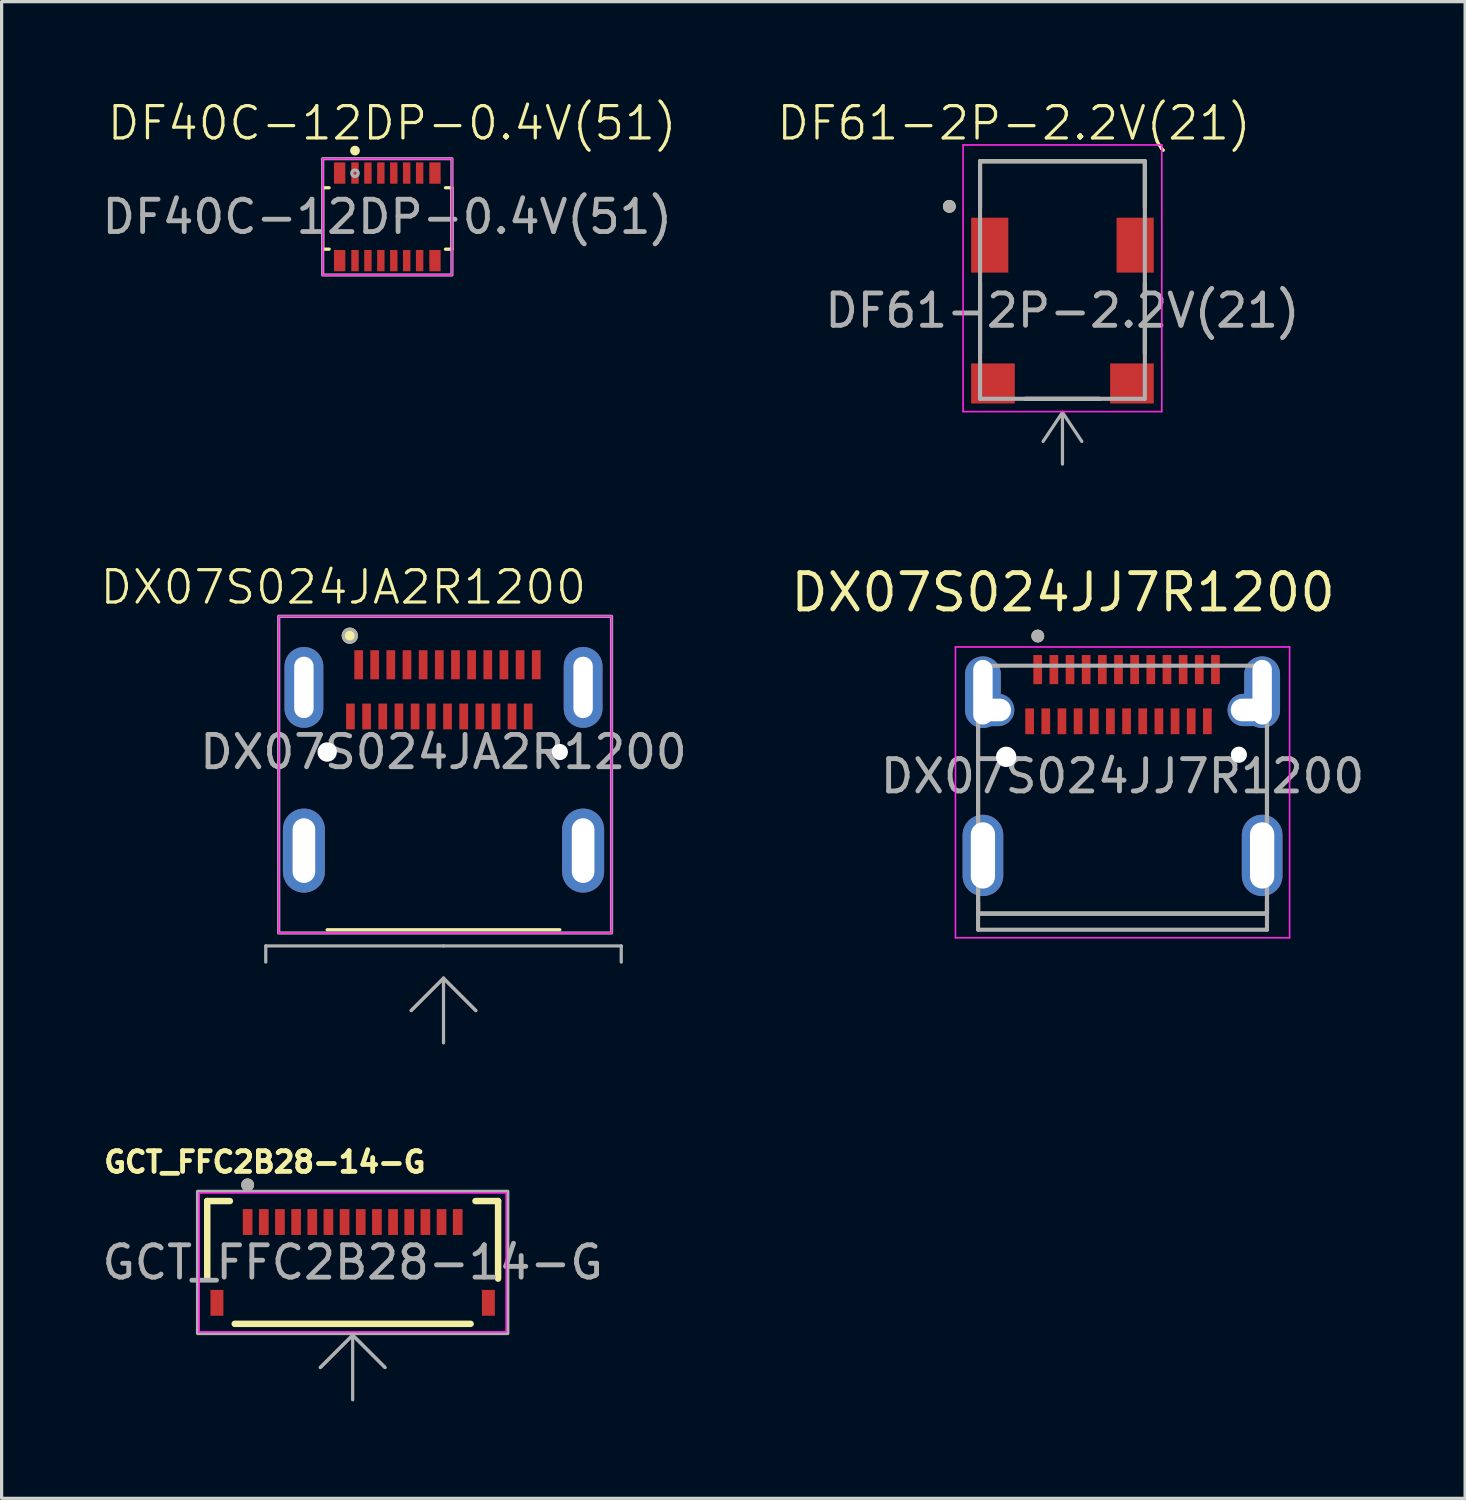
<source format=kicad_pcb>
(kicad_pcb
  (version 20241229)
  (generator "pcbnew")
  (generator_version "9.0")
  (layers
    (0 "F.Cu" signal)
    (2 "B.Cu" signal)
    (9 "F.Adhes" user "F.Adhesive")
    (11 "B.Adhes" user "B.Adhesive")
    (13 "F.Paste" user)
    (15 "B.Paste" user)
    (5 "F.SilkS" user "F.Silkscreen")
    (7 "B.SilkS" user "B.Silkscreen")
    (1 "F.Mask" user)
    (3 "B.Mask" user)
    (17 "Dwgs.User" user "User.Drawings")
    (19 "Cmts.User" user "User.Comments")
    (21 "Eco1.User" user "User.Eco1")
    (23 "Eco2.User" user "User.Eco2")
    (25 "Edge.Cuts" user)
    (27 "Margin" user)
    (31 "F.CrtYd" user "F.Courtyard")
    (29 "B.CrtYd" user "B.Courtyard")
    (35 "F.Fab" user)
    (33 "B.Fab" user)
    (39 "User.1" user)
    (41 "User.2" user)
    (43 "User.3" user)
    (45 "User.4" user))
  (footprint "DX07S024JA2R1200"
    (layer "F.Cu")
    (at 10.674 20.221)
    (property "Reference" "DX07S024JA2R1200" (at -3.1 -5.1 0) (unlocked yes) (layer "F.SilkS") (effects (font (size 1 1) (thickness 0.1))))
    (attr smd)
    (fp_line (start -3.6 5.5) (end 3.6 5.5) (stroke (width 0.1) (type default)) (layer "F.SilkS"))
    (fp_circle (center -2.9 -3.6) (end -2.7 -3.6) (stroke (width 0.1) (type solid)) (fill yes) (layer "F.SilkS"))
    (fp_rect (start -5.1 -4.2) (end 5.2 5.6) (stroke (width 0.05) (type default)) (fill no) (layer "F.CrtYd"))
    (fp_line (start -5.5 6) (end -5.5 6.5) (stroke (width 0.1) (type default)) (layer "F.Fab"))
    (fp_line (start -1 8) (end 0 7) (stroke (width 0.1) (type default)) (layer "F.Fab"))
    (fp_line (start 0 6) (end -5.5 6) (stroke (width 0.1) (type default)) (layer "F.Fab"))
    (fp_line (start 0 6) (end 5.5 6) (stroke (width 0.1) (type default)) (layer "F.Fab"))
    (fp_line (start 0 7) (end -1 8) (stroke (width 0.1) (type default)) (layer "F.Fab"))
    (fp_line (start 0 7) (end 1 8) (stroke (width 0.1) (type default)) (layer "F.Fab"))
    (fp_line (start 0 9) (end 0 7) (stroke (width 0.1) (type default)) (layer "F.Fab"))
    (fp_line (start 1 8) (end 0 7) (stroke (width 0.1) (type default)) (layer "F.Fab"))
    (fp_line (start 5.5 6) (end 5.5 6.5) (stroke (width 0.1) (type default)) (layer "F.Fab"))
    (fp_rect (start -5.1 -4.2) (end 5.2 5.6) (stroke (width 0.1) (type default)) (fill no) (layer "F.Fab"))
    (fp_circle (center -2.9 -3.6) (end -2.7 -3.6) (stroke (width 0.1) (type solid)) (fill no) (layer "F.Fab"))
    (fp_text user "${REFERENCE}" (at 0 0 0) (unlocked yes) (layer "F.Fab") (effects (font (size 1 1) (thickness 0.15))))
    (pad "" np_thru_hole circle (at -3.6 0) (size 0.6 0.6) (drill 0.6) (layers "*.Cu" "*.Mask"))
    (pad "" np_thru_hole circle (at 3.6 0 90) (size 0.5 0.5) (drill oval 0.5 0.85) (layers "*.Cu" "*.Mask"))
    (pad "A1" smd rect (at -2.625 -2.7) (size 0.27 0.9) (layers "F.Cu" "F.Mask" "F.Paste"))
    (pad "A2" smd rect (at -2.13 -2.7) (size 0.27 0.9) (layers "F.Cu" "F.Mask" "F.Paste"))
    (pad "A3" smd rect (at -1.63 -2.7) (size 0.27 0.9) (layers "F.Cu" "F.Mask" "F.Paste"))
    (pad "A4" smd rect (at -1.13 -2.7) (size 0.27 0.9) (layers "F.Cu" "F.Mask" "F.Paste"))
    (pad "A5" smd rect (at -0.63 -2.7) (size 0.27 0.9) (layers "F.Cu" "F.Mask" "F.Paste"))
    (pad "A6" smd rect (at -0.13 -2.7) (size 0.27 0.9) (layers "F.Cu" "F.Mask" "F.Paste"))
    (pad "A7" smd rect (at 0.37 -2.7) (size 0.27 0.9) (layers "F.Cu" "F.Mask" "F.Paste"))
    (pad "A8" smd rect (at 0.87 -2.7) (size 0.27 0.9) (layers "F.Cu" "F.Mask" "F.Paste"))
    (pad "A9" smd rect (at 1.37 -2.7) (size 0.27 0.9) (layers "F.Cu" "F.Mask" "F.Paste"))
    (pad "A10" smd rect (at 1.87 -2.7) (size 0.27 0.9) (layers "F.Cu" "F.Mask" "F.Paste"))
    (pad "A11" smd rect (at 2.37 -2.7) (size 0.27 0.9) (layers "F.Cu" "F.Mask" "F.Paste"))
    (pad "A12" smd rect (at 2.87 -2.7) (size 0.27 0.9) (layers "F.Cu" "F.Mask" "F.Paste"))
    (pad "B1" smd rect (at 2.62 -1.1) (size 0.27 0.8) (layers "F.Cu" "F.Mask" "F.Paste"))
    (pad "B2" smd rect (at 2.12 -1.1) (size 0.27 0.8) (layers "F.Cu" "F.Mask" "F.Paste"))
    (pad "B3" smd rect (at 1.625 -1.1) (size 0.27 0.8) (layers "F.Cu" "F.Mask" "F.Paste"))
    (pad "B4" smd rect (at 1.125 -1.1) (size 0.27 0.8) (layers "F.Cu" "F.Mask" "F.Paste"))
    (pad "B5" smd rect (at 0.625 -1.1) (size 0.27 0.8) (layers "F.Cu" "F.Mask" "F.Paste"))
    (pad "B6" smd rect (at 0.125 -1.1) (size 0.27 0.8) (layers "F.Cu" "F.Mask" "F.Paste"))
    (pad "B7" smd rect (at -0.38 -1.1) (size 0.27 0.8) (layers "F.Cu" "F.Mask" "F.Paste"))
    (pad "B8" smd rect (at -0.88 -1.1) (size 0.27 0.8) (layers "F.Cu" "F.Mask" "F.Paste"))
    (pad "B9" smd rect (at -1.38 -1.1) (size 0.27 0.8) (layers "F.Cu" "F.Mask" "F.Paste"))
    (pad "B10" smd rect (at -1.88 -1.1) (size 0.27 0.8) (layers "F.Cu" "F.Mask" "F.Paste"))
    (pad "B11" smd rect (at -2.38 -1.1) (size 0.27 0.8) (layers "F.Cu" "F.Mask" "F.Paste"))
    (pad "B12" smd rect (at -2.88 -1.1) (size 0.27 0.8) (layers "F.Cu" "F.Mask" "F.Paste"))
    (pad "SH" thru_hole oval (at -4.32 -2) (size 1.2 2.5) (drill oval 0.6 1.9) (layers "*.Cu" "*.Mask"))
    (pad "SH" thru_hole oval (at -4.32 3.05) (size 1.3 2.6) (drill oval 0.7 2) (layers "*.Cu" "*.Mask"))
    (pad "SH" thru_hole oval (at 4.32 -2) (size 1.2 2.5) (drill oval 0.6 1.9) (layers "*.Cu" "*.Mask"))
    (pad "SH" thru_hole oval (at 4.32 3.05) (size 1.3 2.6) (drill oval 0.7 2) (layers "*.Cu" "*.Mask")))
  (footprint "DF40C-12DP-0.4V(51)"
    (layer "F.Cu")
    (at 8.935 3.66)
    (property "Reference" "DF40C-12DP-0.4V(51)" (at 0.15 -2.9 0) (unlocked yes) (layer "F.SilkS") (effects (font (size 1 1) (thickness 0.1))))
    (attr smd)
    (fp_line (start -2 1) (end -2 -0.9) (stroke (width 0.1) (type default)) (layer "F.SilkS"))
    (fp_line (start -1.8 -0.9) (end -2 -0.9) (stroke (width 0.1) (type default)) (layer "F.SilkS"))
    (fp_line (start -1.8 1) (end -2 1) (stroke (width 0.1) (type default)) (layer "F.SilkS"))
    (fp_line (start 1.8 -0.9) (end 2 -0.9) (stroke (width 0.1) (type default)) (layer "F.SilkS"))
    (fp_line (start 1.8 1) (end 2 1) (stroke (width 0.1) (type default)) (layer "F.SilkS"))
    (fp_line (start 2 -0.9) (end 2 1) (stroke (width 0.1) (type default)) (layer "F.SilkS"))
    (fp_circle (center -1 -2.05) (end -0.9 -2.05) (stroke (width 0.1) (type solid)) (fill yes) (layer "F.SilkS"))
    (fp_rect (start -2 -1.8) (end 2 1.8) (stroke (width 0.05) (type default)) (fill no) (layer "F.CrtYd"))
    (fp_rect (start -2 -1.8) (end 2 1.8) (stroke (width 0.1) (type default)) (fill no) (layer "F.Fab"))
    (fp_circle (center -1 -1.35) (end -0.9 -1.35) (stroke (width 0.1) (type solid)) (fill no) (layer "F.Fab"))
    (fp_text user "${REFERENCE}" (at 0 0 0) (unlocked yes) (layer "F.Fab") (effects (font (size 1 1) (thickness 0.15))))
    (pad "1" smd rect (at -1 -1.355 180) (size 0.23 0.66) (layers "F.Cu" "F.Mask" "F.Paste"))
    (pad "2" smd rect (at -1 1.355 180) (size 0.23 0.66) (layers "F.Cu" "F.Mask" "F.Paste"))
    (pad "3" smd rect (at -0.6 -1.355 180) (size 0.23 0.66) (layers "F.Cu" "F.Mask" "F.Paste"))
    (pad "4" smd rect (at -0.6 1.355 180) (size 0.23 0.66) (layers "F.Cu" "F.Mask" "F.Paste"))
    (pad "5" smd rect (at -0.2 -1.355 180) (size 0.23 0.66) (layers "F.Cu" "F.Mask" "F.Paste"))
    (pad "6" smd rect (at -0.2 1.355 180) (size 0.23 0.66) (layers "F.Cu" "F.Mask" "F.Paste"))
    (pad "7" smd rect (at 0.2 -1.355 180) (size 0.23 0.66) (layers "F.Cu" "F.Mask" "F.Paste"))
    (pad "8" smd rect (at 0.2 1.355 180) (size 0.23 0.66) (layers "F.Cu" "F.Mask" "F.Paste"))
    (pad "9" smd rect (at 0.6 -1.355 180) (size 0.23 0.66) (layers "F.Cu" "F.Mask" "F.Paste"))
    (pad "10" smd rect (at 0.6 1.355 180) (size 0.23 0.66) (layers "F.Cu" "F.Mask" "F.Paste"))
    (pad "11" smd rect (at 1 -1.355 180) (size 0.23 0.66) (layers "F.Cu" "F.Mask" "F.Paste"))
    (pad "12" smd rect (at 1 1.355 180) (size 0.23 0.66) (layers "F.Cu" "F.Mask" "F.Paste"))
    (pad "13" smd rect (at -1.475 -1.355 180) (size 0.35 0.66) (layers "F.Cu" "F.Mask" "F.Paste"))
    (pad "14" smd rect (at -1.475 1.355 180) (size 0.35 0.66) (layers "F.Cu" "F.Mask" "F.Paste"))
    (pad "15" smd rect (at 1.475 -1.355 180) (size 0.35 0.66) (layers "F.Cu" "F.Mask" "F.Paste"))
    (pad "16" smd rect (at 1.475 1.355 180) (size 0.35 0.66) (layers "F.Cu" "F.Mask" "F.Paste")))
  (footprint "GCT_FFC2B28-14-G"
    (layer "F.Cu")
    (at 7.863 36.015)
    (property "Reference" "GCT_FFC2B28-14-G" (at -2.718 -3.106 0) (layer "F.SilkS") (effects (font (size 0.64 0.64) (thickness 0.15))))
    (attr smd)
    (fp_line (start -4.5 -1.9) (end -3.8 -1.9) (stroke (width 0.2) (type solid)) (layer "F.SilkS"))
    (fp_line (start -4.5 0.5) (end -4.5 -1.9) (stroke (width 0.2) (type solid)) (layer "F.SilkS"))
    (fp_line (start -3.65 1.9) (end 3.65 1.9) (stroke (width 0.2) (type solid)) (layer "F.SilkS"))
    (fp_line (start 3.8 -1.9) (end 4.5 -1.9) (stroke (width 0.2) (type solid)) (layer "F.SilkS"))
    (fp_line (start 4.5 -1.9) (end 4.5 0.5) (stroke (width 0.2) (type solid)) (layer "F.SilkS"))
    (fp_circle (center -3.25 -2.4) (end -3.15 -2.4) (stroke (width 0.2) (type solid)) (fill no) (layer "F.SilkS"))
    (fp_line (start -4.75 -2.15) (end -4.75 2.15) (stroke (width 0.05) (type solid)) (layer "F.CrtYd"))
    (fp_line (start -4.75 2.15) (end 4.75 2.15) (stroke (width 0.05) (type solid)) (layer "F.CrtYd"))
    (fp_line (start 4.75 -2.15) (end -4.75 -2.15) (stroke (width 0.05) (type solid)) (layer "F.CrtYd"))
    (fp_line (start 4.75 2.15) (end 4.75 -2.15) (stroke (width 0.05) (type solid)) (layer "F.CrtYd"))
    (fp_line (start -1 3.25) (end 0 2.25) (stroke (width 0.1) (type default)) (layer "F.Fab"))
    (fp_line (start 0 2.25) (end -1 3.25) (stroke (width 0.1) (type default)) (layer "F.Fab"))
    (fp_line (start 0 2.25) (end 0 4.25) (stroke (width 0.1) (type default)) (layer "F.Fab"))
    (fp_line (start 0 2.25) (end 1 3.25) (stroke (width 0.1) (type default)) (layer "F.Fab"))
    (fp_line (start 1 3.25) (end 0 2.25) (stroke (width 0.1) (type default)) (layer "F.Fab"))
    (fp_rect (start -4.8 -2.2) (end 4.8 2.2) (stroke (width 0.1) (type default)) (fill no) (layer "F.Fab"))
    (fp_circle (center -3.25 -2.4) (end -3.15 -2.4) (stroke (width 0.2) (type solid)) (fill no) (layer "F.Fab"))
    (fp_text user "${REFERENCE}" (at 0 0 0) (unlocked yes) (layer "F.Fab") (effects (font (size 1 1) (thickness 0.15))))
    (pad "1" smd rect (at -3.25 -1.25) (size 0.3 0.8) (layers "F.Cu" "F.Mask" "F.Paste"))
    (pad "2" smd rect (at -2.75 -1.25) (size 0.3 0.8) (layers "F.Cu" "F.Mask" "F.Paste"))
    (pad "3" smd rect (at -2.25 -1.25) (size 0.3 0.8) (layers "F.Cu" "F.Mask" "F.Paste"))
    (pad "4" smd rect (at -1.75 -1.25) (size 0.3 0.8) (layers "F.Cu" "F.Mask" "F.Paste"))
    (pad "5" smd rect (at -1.25 -1.25) (size 0.3 0.8) (layers "F.Cu" "F.Mask" "F.Paste"))
    (pad "6" smd rect (at -0.75 -1.25) (size 0.3 0.8) (layers "F.Cu" "F.Mask" "F.Paste"))
    (pad "7" smd rect (at -0.25 -1.25) (size 0.3 0.8) (layers "F.Cu" "F.Mask" "F.Paste"))
    (pad "8" smd rect (at 0.25 -1.25) (size 0.3 0.8) (layers "F.Cu" "F.Mask" "F.Paste"))
    (pad "9" smd rect (at 0.75 -1.25) (size 0.3 0.8) (layers "F.Cu" "F.Mask" "F.Paste"))
    (pad "10" smd rect (at 1.25 -1.25) (size 0.3 0.8) (layers "F.Cu" "F.Mask" "F.Paste"))
    (pad "11" smd rect (at 1.75 -1.25) (size 0.3 0.8) (layers "F.Cu" "F.Mask" "F.Paste"))
    (pad "12" smd rect (at 2.25 -1.25) (size 0.3 0.8) (layers "F.Cu" "F.Mask" "F.Paste"))
    (pad "13" smd rect (at 2.75 -1.25) (size 0.3 0.8) (layers "F.Cu" "F.Mask" "F.Paste"))
    (pad "14" smd rect (at 3.25 -1.25) (size 0.3 0.8) (layers "F.Cu" "F.Mask" "F.Paste"))
    (pad "S1" smd rect (at -4.2 1.25) (size 0.4 0.8) (layers "F.Cu" "F.Mask" "F.Paste"))
    (pad "S2" smd rect (at 4.2 1.25) (size 0.4 0.8) (layers "F.Cu" "F.Mask" "F.Paste")))
  (footprint "DF61-2P-2.2V(21)"
    (layer "F.Cu")
    (at 29.827 6.561)
    (property "Reference" "DF61-2P-2.2V(21)" (at -1.5 -5.8 0) (layer "F.SilkS") (effects (font (size 1 1) (thickness 0.1))))
    (attr smd)
    (fp_line (start -2.55 -4.62) (end -2.55 -3.195) (stroke (width 0.127) (type solid)) (layer "F.SilkS"))
    (fp_line (start -2.55 -0.855) (end -2.55 1.315) (stroke (width 0.127) (type solid)) (layer "F.SilkS"))
    (fp_line (start -1.155 2.73) (end 1.155 2.73) (stroke (width 0.127) (type solid)) (layer "F.SilkS"))
    (fp_line (start 2.55 -4.62) (end -2.55 -4.62) (stroke (width 0.127) (type solid)) (layer "F.SilkS"))
    (fp_line (start 2.55 -3.195) (end 2.55 -4.62) (stroke (width 0.127) (type solid)) (layer "F.SilkS"))
    (fp_line (start 2.55 -0.855) (end 2.55 1.315) (stroke (width 0.127) (type solid)) (layer "F.SilkS"))
    (fp_circle (center -3.5 -3.225) (end -3.4 -3.225) (stroke (width 0.2) (type solid)) (fill no) (layer "F.SilkS"))
    (fp_line (start -3.075 -5.125) (end -3.075 3.125) (stroke (width 0.05) (type solid)) (layer "F.CrtYd"))
    (fp_line (start -3.075 3.125) (end 3.075 3.125) (stroke (width 0.05) (type solid)) (layer "F.CrtYd"))
    (fp_line (start 3.075 -5.125) (end -3.075 -5.125) (stroke (width 0.05) (type solid)) (layer "F.CrtYd"))
    (fp_line (start 3.075 3.125) (end 3.075 -5.125) (stroke (width 0.05) (type solid)) (layer "F.CrtYd"))
    (fp_line (start -2.55 -4.62) (end -2.55 2.73) (stroke (width 0.127) (type solid)) (layer "F.Fab"))
    (fp_line (start -2.55 2.73) (end 2.55 2.73) (stroke (width 0.127) (type solid)) (layer "F.Fab"))
    (fp_line (start 0 3.15) (end -0.6 4.05) (stroke (width 0.1) (type default)) (layer "F.Fab"))
    (fp_line (start 0 3.25) (end 0 4.75) (stroke (width 0.1) (type default)) (layer "F.Fab"))
    (fp_line (start 0.6 4.05) (end 0 3.15) (stroke (width 0.1) (type default)) (layer "F.Fab"))
    (fp_line (start 2.55 -4.62) (end -2.55 -4.62) (stroke (width 0.127) (type solid)) (layer "F.Fab"))
    (fp_line (start 2.55 2.73) (end 2.55 -4.62) (stroke (width 0.127) (type solid)) (layer "F.Fab"))
    (fp_circle (center -3.5 -3.225) (end -3.4 -3.225) (stroke (width 0.2) (type solid)) (fill no) (layer "F.Fab"))
    (fp_text user "${REFERENCE}" (at 0 0 0) (unlocked yes) (layer "F.Fab") (effects (font (size 1 1) (thickness 0.15))))
    (pad "1" smd rect (at -2.25 -2.025) (size 1.15 1.7) (layers "F.Cu" "F.Mask" "F.Paste"))
    (pad "2" smd rect (at 2.25 -2.025) (size 1.15 1.7) (layers "F.Cu" "F.Mask" "F.Paste"))
    (pad "3" smd rect (at -2.15 2.255) (size 1.35 1.24) (layers "F.Cu" "F.Mask" "F.Paste"))
    (pad "4" smd rect (at 2.15 2.255) (size 1.35 1.24) (layers "F.Cu" "F.Mask" "F.Paste")))
  (footprint "DX07S024JJ7R1200"
    (layer "F.Cu")
    (at 31.686 20.97)
    (property "Reference" "DX07S024JJ7R1200" (at -1.839 -5.688 0) (layer "F.SilkS") (effects (font (size 1.125 1.125) (thickness 0.15))))
    (attr smd)
    (fp_line (start -4.47 3.9) (end -4.47 4.25) (stroke (width 0.127) (type solid)) (layer "F.SilkS"))
    (fp_line (start -4.47 4.25) (end 4.47 4.25) (stroke (width 0.127) (type solid)) (layer "F.SilkS"))
    (fp_line (start 4.47 4.25) (end 4.47 3.9) (stroke (width 0.127) (type solid)) (layer "F.SilkS"))
    (fp_circle (center -2.623 -4.338) (end -2.523 -4.338) (stroke (width 0.2) (type solid)) (fill no) (layer "F.SilkS"))
    (fp_line (start -5.17 -4) (end 5.17 -4) (stroke (width 0.05) (type solid)) (layer "F.CrtYd"))
    (fp_line (start -5.17 5) (end -5.17 -4) (stroke (width 0.05) (type solid)) (layer "F.CrtYd"))
    (fp_line (start 5.17 -4) (end 5.17 5) (stroke (width 0.05) (type solid)) (layer "F.CrtYd"))
    (fp_line (start 5.17 5) (end -5.17 5) (stroke (width 0.05) (type solid)) (layer "F.CrtYd"))
    (fp_line (start -4.47 -3.42) (end 4.47 -3.42) (stroke (width 0.127) (type solid)) (layer "F.Fab"))
    (fp_line (start -4.47 4.25) (end -4.47 -3.42) (stroke (width 0.127) (type solid)) (layer "F.Fab"))
    (fp_line (start -4.47 4.25) (end -4.47 -3.42) (stroke (width 0.127) (type solid)) (layer "F.Fab"))
    (fp_line (start -4.47 4.25) (end 4.47 4.25) (stroke (width 0.127) (type solid)) (layer "F.Fab"))
    (fp_line (start -4.47 4.75) (end -4.47 4.25) (stroke (width 0.127) (type solid)) (layer "F.Fab"))
    (fp_line (start 4.47 -3.42) (end 4.47 4.25) (stroke (width 0.127) (type solid)) (layer "F.Fab"))
    (fp_line (start 4.47 -3.42) (end 4.47 4.25) (stroke (width 0.127) (type solid)) (layer "F.Fab"))
    (fp_line (start 4.47 4.25) (end 4.47 4.75) (stroke (width 0.127) (type solid)) (layer "F.Fab"))
    (fp_line (start 4.47 4.75) (end -4.47 4.75) (stroke (width 0.127) (type solid)) (layer "F.Fab"))
    (fp_circle (center -2.623 -4.338) (end -2.523 -4.338) (stroke (width 0.2) (type solid)) (fill no) (layer "F.Fab"))
    (fp_text user "${REFERENCE}" (at 0 0 0) (unlocked yes) (layer "F.Fab") (effects (font (size 1 1) (thickness 0.15))))
    (pad "" np_thru_hole circle (at -3.6 -0.6) (size 0.63 0.63) (drill 0.63) (layers "*.Cu" "*.Mask"))
    (pad "" np_thru_hole circle (at 3.6 -0.665) (size 0.5 0.5) (drill 0.5) (layers "*.Cu" "*.Mask"))
    (pad "A1" smd rect (at -2.625 -3.3) (size 0.27 0.9) (layers "F.Cu" "F.Mask" "F.Paste"))
    (pad "A2" smd rect (at -2.125 -3.3) (size 0.27 0.9) (layers "F.Cu" "F.Mask" "F.Paste"))
    (pad "A3" smd rect (at -1.625 -3.3) (size 0.27 0.9) (layers "F.Cu" "F.Mask" "F.Paste"))
    (pad "A4" smd rect (at -1.125 -3.3) (size 0.27 0.9) (layers "F.Cu" "F.Mask" "F.Paste"))
    (pad "A5" smd rect (at -0.625 -3.3) (size 0.27 0.9) (layers "F.Cu" "F.Mask" "F.Paste"))
    (pad "A6" smd rect (at -0.125 -3.3) (size 0.27 0.9) (layers "F.Cu" "F.Mask" "F.Paste"))
    (pad "A7" smd rect (at 0.375 -3.3) (size 0.27 0.9) (layers "F.Cu" "F.Mask" "F.Paste"))
    (pad "A8" smd rect (at 0.875 -3.3) (size 0.27 0.9) (layers "F.Cu" "F.Mask" "F.Paste"))
    (pad "A9" smd rect (at 1.375 -3.3) (size 0.27 0.9) (layers "F.Cu" "F.Mask" "F.Paste"))
    (pad "A10" smd rect (at 1.875 -3.3) (size 0.27 0.9) (layers "F.Cu" "F.Mask" "F.Paste"))
    (pad "A11" smd rect (at 2.375 -3.3) (size 0.27 0.9) (layers "F.Cu" "F.Mask" "F.Paste"))
    (pad "A12" smd rect (at 2.875 -3.3) (size 0.27 0.9) (layers "F.Cu" "F.Mask" "F.Paste"))
    (pad "B1" smd rect (at 2.625 -1.7) (size 0.27 0.8) (layers "F.Cu" "F.Mask" "F.Paste"))
    (pad "B2" smd rect (at 2.125 -1.7) (size 0.27 0.8) (layers "F.Cu" "F.Mask" "F.Paste"))
    (pad "B3" smd rect (at 1.625 -1.7) (size 0.27 0.8) (layers "F.Cu" "F.Mask" "F.Paste"))
    (pad "B4" smd rect (at 1.125 -1.7) (size 0.27 0.8) (layers "F.Cu" "F.Mask" "F.Paste"))
    (pad "B5" smd rect (at 0.625 -1.7) (size 0.27 0.8) (layers "F.Cu" "F.Mask" "F.Paste"))
    (pad "B6" smd rect (at 0.125 -1.7) (size 0.27 0.8) (layers "F.Cu" "F.Mask" "F.Paste"))
    (pad "B7" smd rect (at -0.375 -1.7) (size 0.27 0.8) (layers "F.Cu" "F.Mask" "F.Paste"))
    (pad "B8" smd rect (at -0.875 -1.7) (size 0.27 0.8) (layers "F.Cu" "F.Mask" "F.Paste"))
    (pad "B9" smd rect (at -1.375 -1.7) (size 0.27 0.8) (layers "F.Cu" "F.Mask" "F.Paste"))
    (pad "B10" smd rect (at -1.875 -1.7) (size 0.27 0.8) (layers "F.Cu" "F.Mask" "F.Paste"))
    (pad "B11" smd rect (at -2.375 -1.7) (size 0.27 0.8) (layers "F.Cu" "F.Mask" "F.Paste"))
    (pad "B12" smd rect (at -2.875 -1.7) (size 0.27 0.8) (layers "F.Cu" "F.Mask" "F.Paste"))
    (pad "SH" thru_hole oval (at -4.32 -2.6) (size 1.108 2.216) (drill oval 0.6 2) (layers "*.Cu" "*.Mask"))
    (pad "SH" thru_hole oval (at -4.32 2.45) (size 1.258 2.516) (drill oval 0.75 2.05) (layers "*.Cu" "*.Mask"))
    (pad "SH" thru_hole oval (at -3.95 -2.05 90) (size 1 1.2) (drill oval 0.7 1) (layers "*.Cu" "*.Mask"))
    (pad "SH" thru_hole oval (at 3.85 -2.05 90) (size 1 1.2) (drill oval 0.7 1) (layers "*.Cu" "*.Mask"))
    (pad "SH" thru_hole oval (at 4.32 -2.6) (size 1.108 2.216) (drill oval 0.6 2) (layers "*.Cu" "*.Mask"))
    (pad "SH" thru_hole oval (at 4.32 2.45) (size 1.258 2.516) (drill oval 0.75 2.05) (layers "*.Cu" "*.Mask")))
  (gr_rect
    (start -3 -3)
    (end 42.287 43.315)
    (stroke (width 0.1) (type default))
    (fill no)
    (layer "Edge.Cuts")))
</source>
